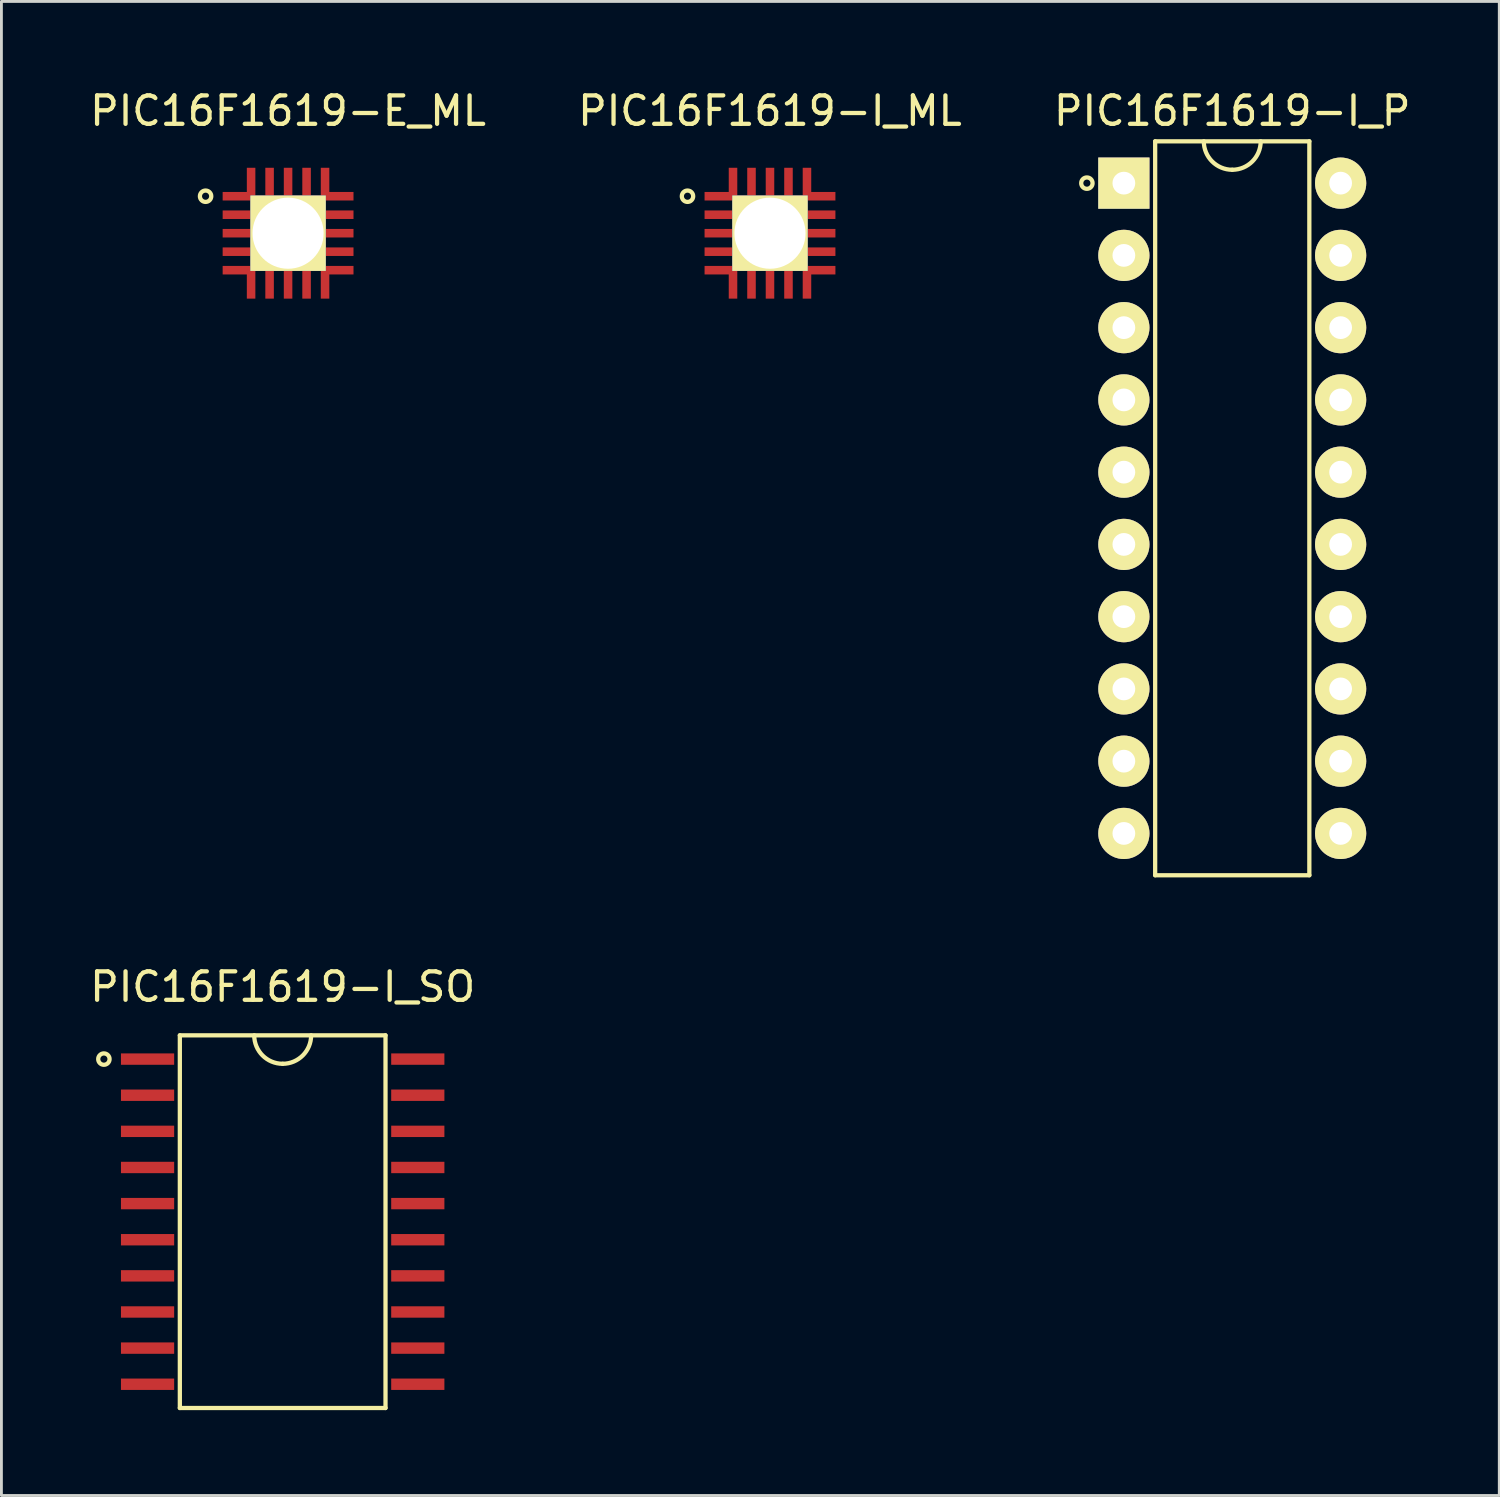
<source format=kicad_pcb>
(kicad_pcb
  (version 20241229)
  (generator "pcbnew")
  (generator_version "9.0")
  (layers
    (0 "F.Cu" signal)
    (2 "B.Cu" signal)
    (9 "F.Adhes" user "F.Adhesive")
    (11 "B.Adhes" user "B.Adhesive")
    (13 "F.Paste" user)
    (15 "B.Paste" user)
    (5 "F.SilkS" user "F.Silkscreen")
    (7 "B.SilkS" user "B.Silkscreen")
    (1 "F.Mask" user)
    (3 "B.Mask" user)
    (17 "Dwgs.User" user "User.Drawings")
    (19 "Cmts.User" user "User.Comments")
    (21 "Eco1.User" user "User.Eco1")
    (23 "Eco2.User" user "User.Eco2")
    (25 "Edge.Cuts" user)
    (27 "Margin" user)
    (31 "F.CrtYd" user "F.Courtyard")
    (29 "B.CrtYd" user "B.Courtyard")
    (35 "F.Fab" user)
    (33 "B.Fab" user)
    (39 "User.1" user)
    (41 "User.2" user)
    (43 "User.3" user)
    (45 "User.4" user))
  (footprint "PIC16F1619-I_ML"
    (layer "F.Cu")
    (at 22.218 3.348)
    (property "Reference" "PIC16F1619-I_ML" (at 1.8 -2.5 0) (layer "F.SilkS") (effects (font (size 1 1) (thickness 0.15))))
    (attr through_hole)
    (fp_line (start 0.7 0.7) (end 0.7 2.9) (stroke (width 0.15) (type solid)) (layer "F.SilkS"))
    (fp_line (start 0.7 0.7) (end 2.9 0.7) (stroke (width 0.15) (type solid)) (layer "F.SilkS"))
    (fp_line (start 0.7 2.9) (end 2.9 2.9) (stroke (width 0.15) (type solid)) (layer "F.SilkS"))
    (fp_line (start 2.9 2.9) (end 2.9 0.7) (stroke (width 0.15) (type solid)) (layer "F.SilkS"))
    (fp_circle (center -1.1 0.5) (end -1.1 0.3) (stroke (width 0.15) (type solid)) (fill no) (layer "F.SilkS"))
    (fp_circle (center 1.7 1.7) (end 1.7 1.2) (stroke (width 0.15) (type solid)) (fill no) (layer "F.SilkS"))
    (pad "1" smd rect (at 0 0.5) (size 1 0.3) (layers "F.Cu" "F.Mask" "F.Paste"))
    (pad "2" smd rect (at 0 1.15) (size 1 0.3) (layers "F.Cu" "F.Mask" "F.Paste"))
    (pad "3" smd rect (at 0 1.8) (size 1 0.3) (layers "F.Cu" "F.Mask" "F.Paste"))
    (pad "4" smd rect (at 0 2.45) (size 1 0.3) (layers "F.Cu" "F.Mask" "F.Paste"))
    (pad "5" smd rect (at 0 3.1) (size 1 0.3) (layers "F.Cu" "F.Mask" "F.Paste"))
    (pad "6" smd rect (at 0.5 3.6) (size 0.3 1) (layers "F.Cu" "F.Mask" "F.Paste"))
    (pad "7" smd rect (at 1.15 3.6) (size 0.3 1) (layers "F.Cu" "F.Mask" "F.Paste"))
    (pad "8" smd rect (at 1.8 3.6) (size 0.3 1) (layers "F.Cu" "F.Mask" "F.Paste"))
    (pad "9" smd rect (at 2.45 3.6) (size 0.3 1) (layers "F.Cu" "F.Mask" "F.Paste"))
    (pad "10" smd rect (at 3.1 3.6) (size 0.3 1) (layers "F.Cu" "F.Mask" "F.Paste"))
    (pad "11" smd rect (at 3.6 3.1) (size 1 0.3) (layers "F.Cu" "F.Mask" "F.Paste"))
    (pad "12" smd rect (at 3.6 2.45) (size 1 0.3) (layers "F.Cu" "F.Mask" "F.Paste"))
    (pad "13" smd rect (at 3.6 1.8) (size 1 0.3) (layers "F.Cu" "F.Mask" "F.Paste"))
    (pad "14" smd rect (at 3.6 1.15) (size 1 0.3) (layers "F.Cu" "F.Mask" "F.Paste"))
    (pad "15" smd rect (at 3.6 0.5) (size 1 0.3) (layers "F.Cu" "F.Mask" "F.Paste"))
    (pad "16" smd rect (at 3.1 0) (size 0.3 1) (layers "F.Cu" "F.Mask" "F.Paste"))
    (pad "17" smd rect (at 2.45 0) (size 0.3 1) (layers "F.Cu" "F.Mask" "F.Paste"))
    (pad "18" smd rect (at 1.8 0) (size 0.3 1) (layers "F.Cu" "F.Mask" "F.Paste"))
    (pad "19" smd rect (at 1.15 0) (size 0.3 1) (layers "F.Cu" "F.Mask" "F.Paste"))
    (pad "20" smd rect (at 0.5 0) (size 0.3 1) (layers "F.Cu" "F.Mask" "F.Paste"))
    (pad "999" thru_hole rect (at 1.8 1.8) (size 2.65 2.65) (drill 2.5) (layers "*.Cu" "*.Mask" "F.SilkS")))
  (footprint "PIC16F1619-I_P"
    (layer "F.Cu")
    (at 36.458 3.388)
    (property "Reference" "PIC16F1619-I_P" (at 3.81 -2.54 0) (layer "F.SilkS") (effects (font (size 1 1) (thickness 0.15))))
    (attr through_hole)
    (fp_line (start 1.1 -1.47) (end 6.52 -1.47) (stroke (width 0.15) (type solid)) (layer "F.SilkS"))
    (fp_line (start 1.1 24.33) (end 1.1 -1.47) (stroke (width 0.15) (type solid)) (layer "F.SilkS"))
    (fp_line (start 6.52 -1.47) (end 6.52 24.33) (stroke (width 0.15) (type solid)) (layer "F.SilkS"))
    (fp_line (start 6.52 24.33) (end 1.1 24.33) (stroke (width 0.15) (type solid)) (layer "F.SilkS"))
    (fp_arc (start 3.81 -0.47) (mid 3.102893 -0.762893) (end 2.81 -1.47) (stroke (width 0.15) (type solid)) (layer "F.SilkS"))
    (fp_arc (start 4.81 -1.47) (mid 4.517107 -0.762893) (end 3.81 -0.47) (stroke (width 0.15) (type solid)) (layer "F.SilkS"))
    (fp_circle (center -1.3 0) (end -1.3 0.2) (stroke (width 0.15) (type solid)) (fill no) (layer "F.SilkS"))
    (pad "1" thru_hole rect (at 0 0) (size 1.8 1.8) (drill 0.8) (layers "*.Cu" "*.Mask" "F.SilkS"))
    (pad "2" thru_hole circle (at 0 2.54) (size 1.8 1.8) (drill 0.8) (layers "*.Cu" "*.Mask" "F.SilkS"))
    (pad "3" thru_hole circle (at 0 5.08) (size 1.8 1.8) (drill 0.8) (layers "*.Cu" "*.Mask" "F.SilkS"))
    (pad "4" thru_hole circle (at 0 7.62) (size 1.8 1.8) (drill 0.8) (layers "*.Cu" "*.Mask" "F.SilkS"))
    (pad "5" thru_hole circle (at 0 10.16) (size 1.8 1.8) (drill 0.8) (layers "*.Cu" "*.Mask" "F.SilkS"))
    (pad "6" thru_hole circle (at 0 12.7) (size 1.8 1.8) (drill 0.8) (layers "*.Cu" "*.Mask" "F.SilkS"))
    (pad "7" thru_hole circle (at 0 15.24) (size 1.8 1.8) (drill 0.8) (layers "*.Cu" "*.Mask" "F.SilkS"))
    (pad "8" thru_hole circle (at 0 17.78) (size 1.8 1.8) (drill 0.8) (layers "*.Cu" "*.Mask" "F.SilkS"))
    (pad "9" thru_hole circle (at 0 20.32) (size 1.8 1.8) (drill 0.8) (layers "*.Cu" "*.Mask" "F.SilkS"))
    (pad "10" thru_hole circle (at 0 22.86) (size 1.8 1.8) (drill 0.8) (layers "*.Cu" "*.Mask" "F.SilkS"))
    (pad "11" thru_hole circle (at 7.62 22.86) (size 1.8 1.8) (drill 0.8) (layers "*.Cu" "*.Mask" "F.SilkS"))
    (pad "12" thru_hole circle (at 7.62 20.32) (size 1.8 1.8) (drill 0.8) (layers "*.Cu" "*.Mask" "F.SilkS"))
    (pad "13" thru_hole circle (at 7.62 17.78) (size 1.8 1.8) (drill 0.8) (layers "*.Cu" "*.Mask" "F.SilkS"))
    (pad "14" thru_hole circle (at 7.62 15.24) (size 1.8 1.8) (drill 0.8) (layers "*.Cu" "*.Mask" "F.SilkS"))
    (pad "15" thru_hole circle (at 7.62 12.7) (size 1.8 1.8) (drill 0.8) (layers "*.Cu" "*.Mask" "F.SilkS"))
    (pad "16" thru_hole circle (at 7.62 10.16) (size 1.8 1.8) (drill 0.8) (layers "*.Cu" "*.Mask" "F.SilkS"))
    (pad "17" thru_hole circle (at 7.62 7.62) (size 1.8 1.8) (drill 0.8) (layers "*.Cu" "*.Mask" "F.SilkS"))
    (pad "18" thru_hole circle (at 7.62 5.08) (size 1.8 1.8) (drill 0.8) (layers "*.Cu" "*.Mask" "F.SilkS"))
    (pad "19" thru_hole circle (at 7.62 2.54) (size 1.8 1.8) (drill 0.8) (layers "*.Cu" "*.Mask" "F.SilkS"))
    (pad "20" thru_hole circle (at 7.62 0) (size 1.8 1.8) (drill 0.8) (layers "*.Cu" "*.Mask" "F.SilkS")))
  (footprint "PIC16F1619-I_SO"
    (layer "F.Cu")
    (at 2.137 34.181)
    (property "Reference" "PIC16F1619-I_SO" (at 4.75 -2.54 0) (layer "F.SilkS") (effects (font (size 1 1) (thickness 0.15))))
    (attr through_hole)
    (fp_line (start 1.135 -0.835) (end 8.365 -0.835) (stroke (width 0.15) (type solid)) (layer "F.SilkS"))
    (fp_line (start 1.135 12.265) (end 1.135 -0.835) (stroke (width 0.15) (type solid)) (layer "F.SilkS"))
    (fp_line (start 8.365 -0.835) (end 8.365 12.265) (stroke (width 0.15) (type solid)) (layer "F.SilkS"))
    (fp_line (start 8.365 12.265) (end 1.135 12.265) (stroke (width 0.15) (type solid)) (layer "F.SilkS"))
    (fp_arc (start 4.75 0.165) (mid 4.042893 -0.127893) (end 3.75 -0.835) (stroke (width 0.15) (type solid)) (layer "F.SilkS"))
    (fp_arc (start 5.75 -0.835) (mid 5.457107 -0.127893) (end 4.75 0.165) (stroke (width 0.15) (type solid)) (layer "F.SilkS"))
    (fp_circle (center -1.535 0) (end -1.535 0.2) (stroke (width 0.15) (type solid)) (fill no) (layer "F.SilkS"))
    (pad "1" smd rect (at 0 0) (size 1.87 0.4) (layers "F.Cu" "F.Mask" "F.Paste"))
    (pad "2" smd rect (at 0 1.27) (size 1.87 0.4) (layers "F.Cu" "F.Mask" "F.Paste"))
    (pad "3" smd rect (at 0 2.54) (size 1.87 0.4) (layers "F.Cu" "F.Mask" "F.Paste"))
    (pad "4" smd rect (at 0 3.81) (size 1.87 0.4) (layers "F.Cu" "F.Mask" "F.Paste"))
    (pad "5" smd rect (at 0 5.08) (size 1.87 0.4) (layers "F.Cu" "F.Mask" "F.Paste"))
    (pad "6" smd rect (at 0 6.35) (size 1.87 0.4) (layers "F.Cu" "F.Mask" "F.Paste"))
    (pad "7" smd rect (at 0 7.62) (size 1.87 0.4) (layers "F.Cu" "F.Mask" "F.Paste"))
    (pad "8" smd rect (at 0 8.89) (size 1.87 0.4) (layers "F.Cu" "F.Mask" "F.Paste"))
    (pad "9" smd rect (at 0 10.16) (size 1.87 0.4) (layers "F.Cu" "F.Mask" "F.Paste"))
    (pad "10" smd rect (at 0 11.43) (size 1.87 0.4) (layers "F.Cu" "F.Mask" "F.Paste"))
    (pad "11" smd rect (at 9.5 11.43) (size 1.87 0.4) (layers "F.Cu" "F.Mask" "F.Paste"))
    (pad "12" smd rect (at 9.5 10.16) (size 1.87 0.4) (layers "F.Cu" "F.Mask" "F.Paste"))
    (pad "13" smd rect (at 9.5 8.89) (size 1.87 0.4) (layers "F.Cu" "F.Mask" "F.Paste"))
    (pad "14" smd rect (at 9.5 7.62) (size 1.87 0.4) (layers "F.Cu" "F.Mask" "F.Paste"))
    (pad "15" smd rect (at 9.5 6.35) (size 1.87 0.4) (layers "F.Cu" "F.Mask" "F.Paste"))
    (pad "16" smd rect (at 9.5 5.08) (size 1.87 0.4) (layers "F.Cu" "F.Mask" "F.Paste"))
    (pad "17" smd rect (at 9.5 3.81) (size 1.87 0.4) (layers "F.Cu" "F.Mask" "F.Paste"))
    (pad "18" smd rect (at 9.5 2.54) (size 1.87 0.4) (layers "F.Cu" "F.Mask" "F.Paste"))
    (pad "19" smd rect (at 9.5 1.27) (size 1.87 0.4) (layers "F.Cu" "F.Mask" "F.Paste"))
    (pad "20" smd rect (at 9.5 0) (size 1.87 0.4) (layers "F.Cu" "F.Mask" "F.Paste")))
  (footprint "PIC16F1619-E_ML"
    (layer "F.Cu")
    (at 5.277 3.348)
    (property "Reference" "PIC16F1619-E_ML" (at 1.8 -2.5 0) (layer "F.SilkS") (effects (font (size 1 1) (thickness 0.15))))
    (attr through_hole)
    (fp_line (start 0.7 0.7) (end 0.7 2.9) (stroke (width 0.15) (type solid)) (layer "F.SilkS"))
    (fp_line (start 0.7 0.7) (end 2.9 0.7) (stroke (width 0.15) (type solid)) (layer "F.SilkS"))
    (fp_line (start 0.7 2.9) (end 2.9 2.9) (stroke (width 0.15) (type solid)) (layer "F.SilkS"))
    (fp_line (start 2.9 2.9) (end 2.9 0.7) (stroke (width 0.15) (type solid)) (layer "F.SilkS"))
    (fp_circle (center -1.1 0.5) (end -1.1 0.3) (stroke (width 0.15) (type solid)) (fill no) (layer "F.SilkS"))
    (fp_circle (center 1.7 1.7) (end 1.7 1.2) (stroke (width 0.15) (type solid)) (fill no) (layer "F.SilkS"))
    (pad "1" smd rect (at 0 0.5) (size 1 0.3) (layers "F.Cu" "F.Mask" "F.Paste"))
    (pad "2" smd rect (at 0 1.15) (size 1 0.3) (layers "F.Cu" "F.Mask" "F.Paste"))
    (pad "3" smd rect (at 0 1.8) (size 1 0.3) (layers "F.Cu" "F.Mask" "F.Paste"))
    (pad "4" smd rect (at 0 2.45) (size 1 0.3) (layers "F.Cu" "F.Mask" "F.Paste"))
    (pad "5" smd rect (at 0 3.1) (size 1 0.3) (layers "F.Cu" "F.Mask" "F.Paste"))
    (pad "6" smd rect (at 0.5 3.6) (size 0.3 1) (layers "F.Cu" "F.Mask" "F.Paste"))
    (pad "7" smd rect (at 1.15 3.6) (size 0.3 1) (layers "F.Cu" "F.Mask" "F.Paste"))
    (pad "8" smd rect (at 1.8 3.6) (size 0.3 1) (layers "F.Cu" "F.Mask" "F.Paste"))
    (pad "9" smd rect (at 2.45 3.6) (size 0.3 1) (layers "F.Cu" "F.Mask" "F.Paste"))
    (pad "10" smd rect (at 3.1 3.6) (size 0.3 1) (layers "F.Cu" "F.Mask" "F.Paste"))
    (pad "11" smd rect (at 3.6 3.1) (size 1 0.3) (layers "F.Cu" "F.Mask" "F.Paste"))
    (pad "12" smd rect (at 3.6 2.45) (size 1 0.3) (layers "F.Cu" "F.Mask" "F.Paste"))
    (pad "13" smd rect (at 3.6 1.8) (size 1 0.3) (layers "F.Cu" "F.Mask" "F.Paste"))
    (pad "14" smd rect (at 3.6 1.15) (size 1 0.3) (layers "F.Cu" "F.Mask" "F.Paste"))
    (pad "15" smd rect (at 3.6 0.5) (size 1 0.3) (layers "F.Cu" "F.Mask" "F.Paste"))
    (pad "16" smd rect (at 3.1 0) (size 0.3 1) (layers "F.Cu" "F.Mask" "F.Paste"))
    (pad "17" smd rect (at 2.45 0) (size 0.3 1) (layers "F.Cu" "F.Mask" "F.Paste"))
    (pad "18" smd rect (at 1.8 0) (size 0.3 1) (layers "F.Cu" "F.Mask" "F.Paste"))
    (pad "19" smd rect (at 1.15 0) (size 0.3 1) (layers "F.Cu" "F.Mask" "F.Paste"))
    (pad "20" smd rect (at 0.5 0) (size 0.3 1) (layers "F.Cu" "F.Mask" "F.Paste"))
    (pad "999" thru_hole rect (at 1.8 1.8) (size 2.65 2.65) (drill 2.5) (layers "*.Cu" "*.Mask" "F.SilkS")))
  (gr_rect
    (start -3 -3)
    (end 49.655 49.522)
    (stroke (width 0.1) (type default))
    (fill no)
    (layer "Edge.Cuts")))
</source>
